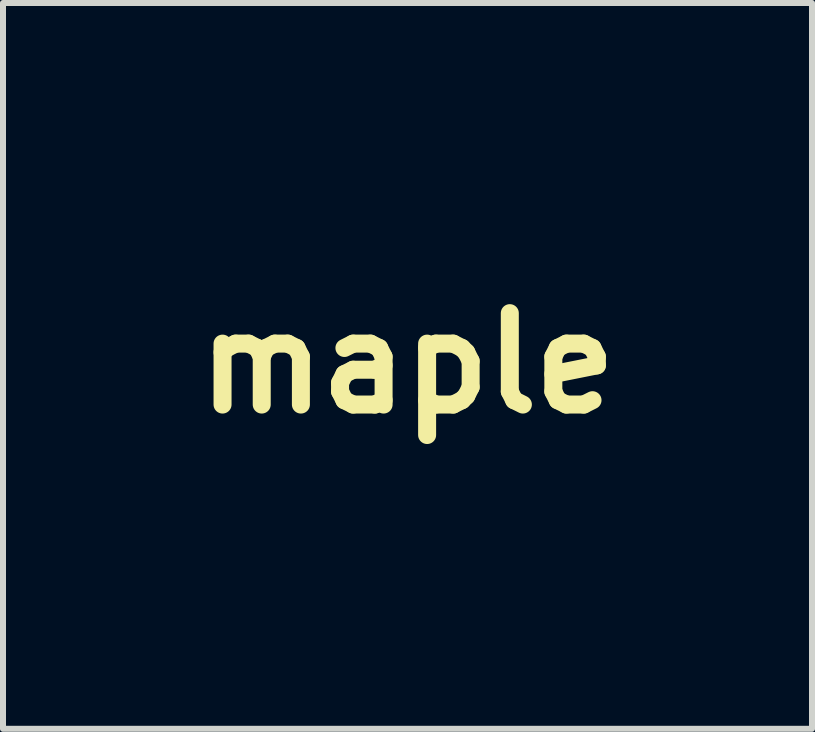
<source format=kicad_pcb>
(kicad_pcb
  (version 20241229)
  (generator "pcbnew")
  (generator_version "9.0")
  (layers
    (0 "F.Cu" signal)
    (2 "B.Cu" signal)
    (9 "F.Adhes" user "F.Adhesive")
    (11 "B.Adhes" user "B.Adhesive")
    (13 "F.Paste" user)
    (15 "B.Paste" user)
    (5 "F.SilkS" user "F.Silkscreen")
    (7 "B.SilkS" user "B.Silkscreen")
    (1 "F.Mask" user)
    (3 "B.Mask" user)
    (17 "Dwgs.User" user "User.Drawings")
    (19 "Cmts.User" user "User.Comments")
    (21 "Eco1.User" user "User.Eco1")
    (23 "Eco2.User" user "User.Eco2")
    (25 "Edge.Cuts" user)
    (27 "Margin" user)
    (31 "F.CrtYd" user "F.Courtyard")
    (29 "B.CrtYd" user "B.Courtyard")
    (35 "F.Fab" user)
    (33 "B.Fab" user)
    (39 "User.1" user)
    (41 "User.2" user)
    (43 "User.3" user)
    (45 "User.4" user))
  (footprint "maple"
    (layer "F.Cu")
    (at 3.745 3.006)
    (property "Reference" "maple" (at 0 0 0) (layer "F.SilkS") (effects (font (size 1.524 1.524) (thickness 0.3))))
    (attr through_hole)
    (fp_poly (pts (xy 0.322 -2.446) (xy 0.433 -2.245) (xy 0.537 -2.069) (xy 0.625 -1.932) (xy 0.687 -1.85) (xy 0.703 -1.835) (xy 0.758 -1.81) (xy 0.825 -1.813) (xy 0.926 -1.848) (xy 1.055 -1.907) (xy 1.19 -1.968) (xy 1.291 -2.008) (xy 1.337 -2.021) (xy 1.338 -2.02) (xy 1.335 -1.976) (xy 1.318 -1.862) (xy 1.289 -1.688) (xy 1.25 -1.468) (xy 1.204 -1.214) (xy 1.184 -1.104) (xy 1.135 -0.839) (xy 1.091 -0.604) (xy 1.056 -0.41) (xy 1.03 -0.271) (xy 1.017 -0.197) (xy 1.016 -0.189) (xy 1.042 -0.152) (xy 1.081 -0.11) (xy 1.135 -0.076) (xy 1.199 -0.078) (xy 1.281 -0.124) (xy 1.392 -0.22) (xy 1.539 -0.372) (xy 1.686 -0.535) (xy 1.823 -0.685) (xy 1.94 -0.81) (xy 2.027 -0.896) (xy 2.071 -0.931) (xy 2.073 -0.931) (xy 2.102 -0.894) (xy 2.138 -0.801) (xy 2.153 -0.747) (xy 2.187 -0.626) (xy 2.229 -0.546) (xy 2.291 -0.501) (xy 2.388 -0.488) (xy 2.534 -0.503) (xy 2.743 -0.542) (xy 2.838 -0.562) (xy 3.051 -0.605) (xy 3.194 -0.631) (xy 3.28 -0.639) (xy 3.32 -0.632) (xy 3.328 -0.61) (xy 3.325 -0.599) (xy 3.275 -0.432) (xy 3.22 -0.237) (xy 3.165 -0.035) (xy 3.116 0.156) (xy 3.077 0.317) (xy 3.053 0.429) (xy 3.048 0.467) (xy 3.083 0.543) (xy 3.194 0.621) (xy 3.239 0.644) (xy 3.348 0.702) (xy 3.417 0.749) (xy 3.429 0.765) (xy 3.397 0.798) (xy 3.309 0.877) (xy 3.172 0.994) (xy 2.995 1.142) (xy 2.788 1.312) (xy 2.602 1.463) (xy 2.337 1.681) (xy 2.114 1.871) (xy 1.939 2.027) (xy 1.818 2.143) (xy 1.757 2.216) (xy 1.752 2.229) (xy 1.751 2.323) (xy 1.775 2.458) (xy 1.799 2.541) (xy 1.836 2.664) (xy 1.854 2.751) (xy 1.853 2.776) (xy 1.807 2.776) (xy 1.691 2.765) (xy 1.517 2.745) (xy 1.299 2.718) (xy 1.05 2.684) (xy 1.026 2.681) (xy 0.722 2.639) (xy 0.492 2.611) (xy 0.325 2.6) (xy 0.211 2.607) (xy 0.141 2.635) (xy 0.103 2.686) (xy 0.088 2.762) (xy 0.085 2.865) (xy 0.085 2.884) (xy 0.078 3.015) (xy 0.053 3.078) (xy 0.021 3.09) (xy -0.019 3.067) (xy -0.039 2.987) (xy -0.042 2.884) (xy -0.044 2.776) (xy -0.057 2.696) (xy -0.091 2.641) (xy -0.156 2.61) (xy -0.262 2.6) (xy -0.42 2.608) (xy -0.64 2.634) (xy -0.931 2.673) (xy -0.983 2.681) (xy -1.235 2.715) (xy -1.456 2.743) (xy -1.635 2.764) (xy -1.757 2.775) (xy -1.81 2.776) (xy -1.811 2.776) (xy -1.809 2.729) (xy -1.784 2.628) (xy -1.757 2.541) (xy -1.72 2.399) (xy -1.706 2.275) (xy -1.71 2.227) (xy -1.752 2.167) (xy -1.857 2.06) (xy -2.02 1.912) (xy -2.238 1.726) (xy -2.504 1.505) (xy -2.56 1.459) (xy -2.786 1.276) (xy -2.988 1.109) (xy -3.158 0.967) (xy -3.287 0.857) (xy -3.366 0.786) (xy -3.387 0.763) (xy -3.352 0.731) (xy -3.263 0.678) (xy -3.196 0.644) (xy -3.064 0.564) (xy -3.008 0.488) (xy -3.006 0.467) (xy -3.017 0.399) (xy -3.046 0.268) (xy -3.089 0.095) (xy -3.141 -0.102) (xy -3.196 -0.304) (xy -3.25 -0.491) (xy -3.283 -0.599) (xy -3.284 -0.626) (xy -3.256 -0.638) (xy -3.188 -0.635) (xy -3.067 -0.616) (xy -2.88 -0.579) (xy -2.788 -0.56) (xy -2.272 -0.452) (xy -2.194 -0.548) (xy -2.138 -0.637) (xy -2.117 -0.7) (xy -2.102 -0.78) (xy -2.075 -0.867) (xy -2.056 -0.909) (xy -2.033 -0.926) (xy -1.995 -0.911) (xy -1.933 -0.856) (xy -1.837 -0.754) (xy -1.698 -0.597) (xy -1.662 -0.557) (xy -1.477 -0.352) (xy -1.336 -0.208) (xy -1.23 -0.118) (xy -1.15 -0.076) (xy -1.088 -0.077) (xy -1.039 -0.11) (xy -0.987 -0.168) (xy -0.974 -0.189) (xy -0.981 -0.232) (xy -1.002 -0.347) (xy -1.034 -0.521) (xy -1.074 -0.741) (xy -1.121 -0.995) (xy -1.142 -1.104) (xy -1.19 -1.369) (xy -1.232 -1.605) (xy -1.265 -1.798) (xy -1.287 -1.938) (xy -1.296 -2.012) (xy -1.296 -2.02) (xy -1.254 -2.01) (xy -1.156 -1.972) (xy -1.024 -1.912) (xy -1.015 -1.908) (xy -0.854 -1.839) (xy -0.739 -1.815) (xy -0.649 -1.846) (xy -0.565 -1.937) (xy -0.469 -2.096) (xy -0.452 -2.128) (xy -0.356 -2.303) (xy -0.244 -2.509) (xy -0.142 -2.697) (xy 0.023 -3.001) (xy 0.322 -2.446)) (stroke (width 0.01) (type solid)) (fill yes) (layer "F.Mask")))
  (gr_rect
    (start -3 -3)
    (end 10.489 9.102)
    (stroke (width 0.1) (type default))
    (fill no)
    (layer "Edge.Cuts")))
</source>
